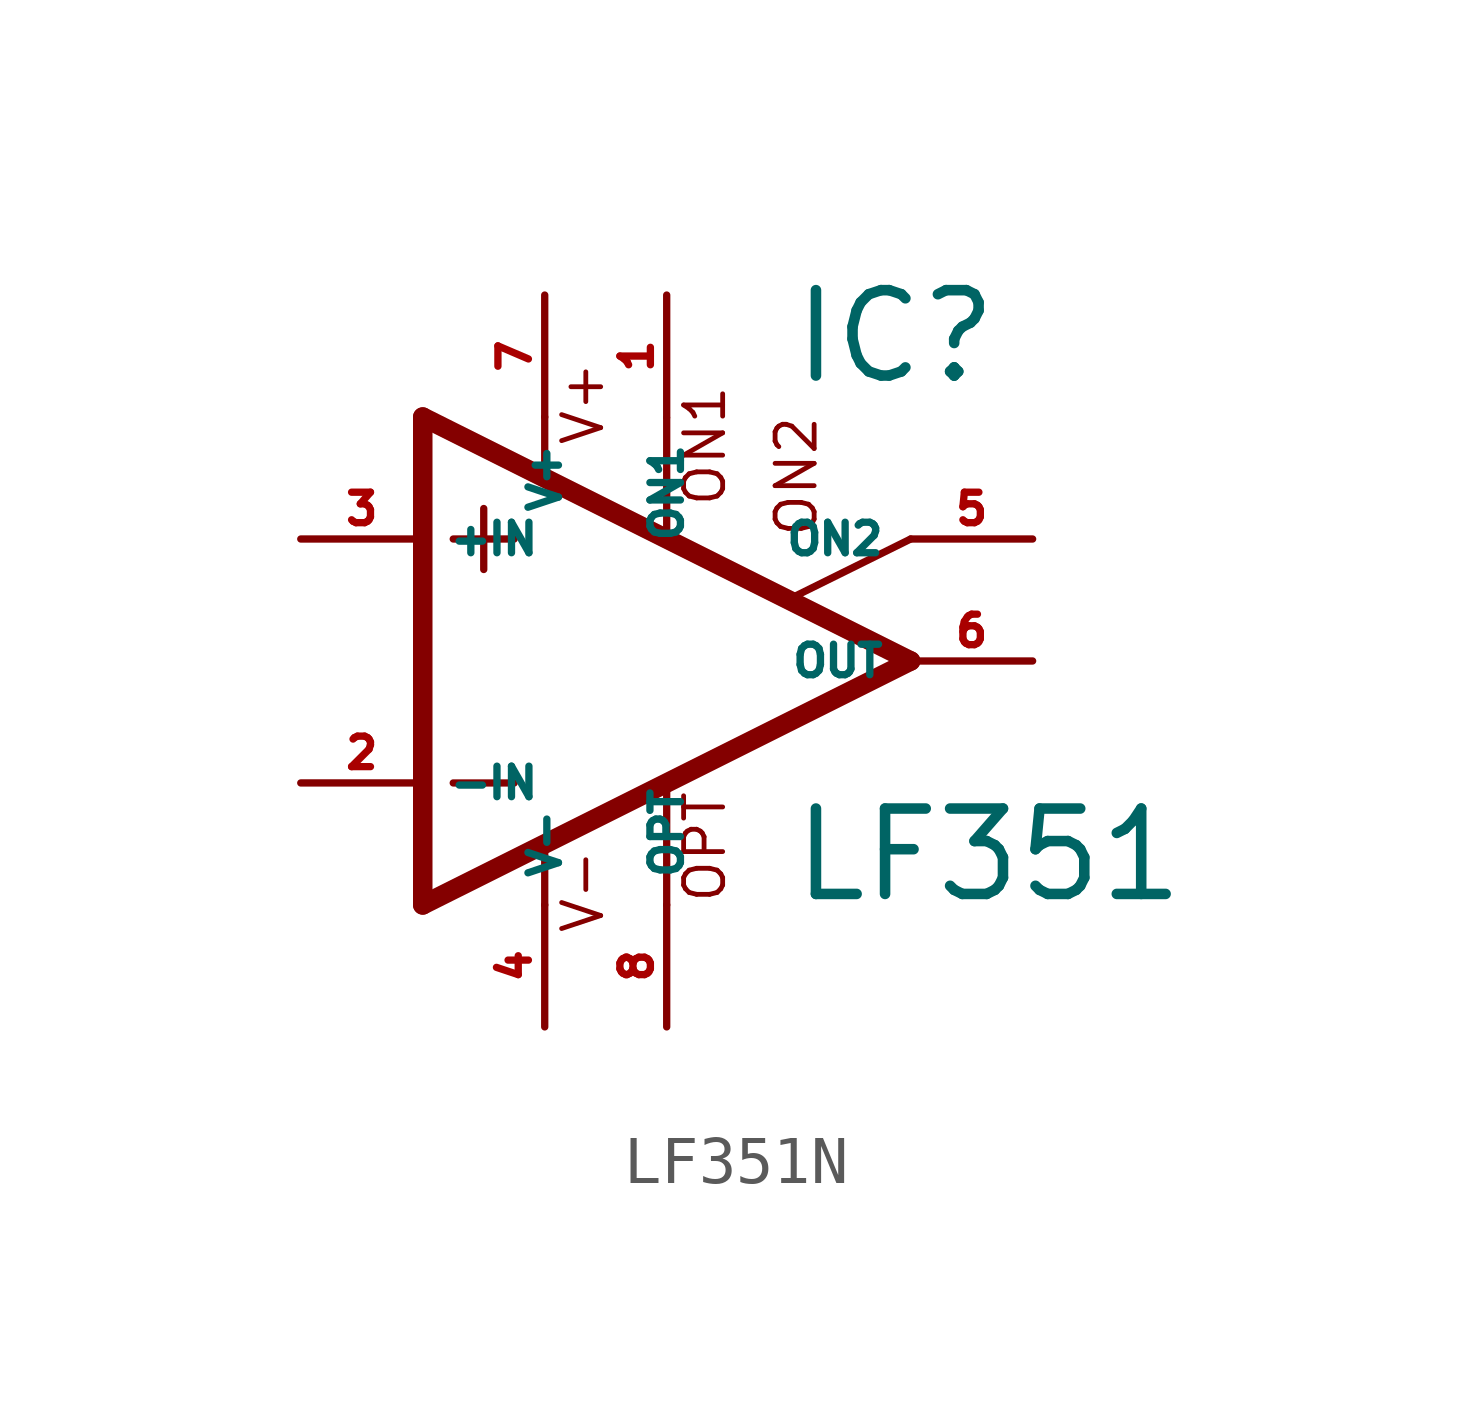
<source format=kicad_sym>
(kicad_symbol_lib
  (version 20220914)
  (generator Eagle2Kicad)
  (symbol "LF351N"
    (property "Reference" "IC"
      (at 2.54 5.715 0)
      (effects (font (size 1.778 1.778) (thickness 0.22)) (justify left bottom)))
    (property "Value" "LF351"
      (at 2.54 -5.08 0)
      (effects (font (size 1.778 1.778) (thickness 0.22)) (justify left bottom)))
    (polyline
      (pts (xy -3.81 3.175) (xy -3.81 1.905))
      (stroke (width 0.152) (type default))
      (fill (type none)))
    (polyline
      (pts (xy -4.445 2.54) (xy -3.175 2.54))
      (stroke (width 0.152) (type default))
      (fill (type none)))
    (polyline
      (pts (xy -4.445 -2.54) (xy -3.175 -2.54))
      (stroke (width 0.152) (type default))
      (fill (type none)))
    (polyline
      (pts (xy -2.54 5.08) (xy -2.54 3.886))
      (stroke (width 0.152) (type default))
      (fill (type none)))
    (polyline
      (pts (xy 0 5.055) (xy 0 2.616))
      (stroke (width 0.152) (type default))
      (fill (type none)))
    (polyline
      (pts (xy 0 -2.616) (xy 0 -5.08))
      (stroke (width 0.152) (type default))
      (fill (type none)))
    (polyline
      (pts (xy -2.54 -3.912) (xy -2.54 -5.08))
      (stroke (width 0.152) (type default))
      (fill (type none)))
    (polyline
      (pts (xy 5.08 2.54) (xy 2.616 1.321))
      (stroke (width 0.152) (type default))
      (fill (type none)))
    (polyline
      (pts (xy 5.08 0) (xy -5.08 5.08))
      (stroke (width 0.406) (type default))
      (fill (type none)))
    (polyline
      (pts (xy -5.08 5.08) (xy -5.08 -5.08))
      (stroke (width 0.406) (type default))
      (fill (type none)))
    (polyline
      (pts (xy -5.08 -5.08) (xy 5.08 0))
      (stroke (width 0.406) (type default))
      (fill (type none)))
    (text "ON1"
      (at 1.27 3.175 900)
      (effects (font (size 0.813 0.813) (thickness 0.10)) (justify left bottom)))
    (text "ON2"
      (at 3.175 2.54 900)
      (effects (font (size 0.813 0.813) (thickness 0.10)) (justify left bottom)))
    (text "OPT"
      (at 1.27 -5.08 900)
      (effects (font (size 0.813 0.813) (thickness 0.10)) (justify left bottom)))
    (text "V+"
      (at -1.27 4.445 900)
      (effects (font (size 0.813 0.813) (thickness 0.10)) (justify left bottom)))
    (text "V-"
      (at -1.27 -5.715 900)
      (effects (font (size 0.813 0.813) (thickness 0.10)) (justify left bottom)))
    (pin passive line
      (at 7.62 2.54 180)
      (length 2.54)
      (name "ON2" (effects (font (size 0.635 0.635) (thickness 0.08)) (justify left bottom)))
      (number "5" (effects (font (size 0.635 0.635) (thickness 0.08)) (justify left bottom))))
    (pin passive line
      (at 0 7.62 270)
      (length 2.54)
      (name "ON1" (effects (font (size 0.635 0.635) (thickness 0.08)) (justify left bottom)))
      (number "1" (effects (font (size 0.635 0.635) (thickness 0.08)) (justify left bottom))))
    (pin input line
      (at -7.62 -2.54 0)
      (length 2.54)
      (name "-IN" (effects (font (size 0.635 0.635) (thickness 0.08)) (justify left bottom)))
      (number "2" (effects (font (size 0.635 0.635) (thickness 0.08)) (justify left bottom))))
    (pin input line
      (at -7.62 2.54 0)
      (length 2.54)
      (name "+IN" (effects (font (size 0.635 0.635) (thickness 0.08)) (justify left bottom)))
      (number "3" (effects (font (size 0.635 0.635) (thickness 0.08)) (justify left bottom))))
    (pin output line
      (at 7.62 0 180)
      (length 2.54)
      (name "OUT" (effects (font (size 0.635 0.635) (thickness 0.08)) (justify left bottom)))
      (number "6" (effects (font (size 0.635 0.635) (thickness 0.08)) (justify left bottom))))
    (pin passive line
      (at 0 -7.62 90)
      (length 2.54)
      (name "OPT" (effects (font (size 0.635 0.635) (thickness 0.08)) (justify left bottom)))
      (number "8" (effects (font (size 0.635 0.635) (thickness 0.08)) (justify left bottom))))
    (pin unspecified line
      (at -2.54 7.62 270)
      (length 2.54)
      (name "V+" (effects (font (size 0.635 0.635) (thickness 0.08)) (justify left bottom)))
      (number "7" (effects (font (size 0.635 0.635) (thickness 0.08)) (justify left bottom))))
    (pin unspecified line
      (at -2.54 -7.62 90)
      (length 2.54)
      (name "V-" (effects (font (size 0.635 0.635) (thickness 0.08)) (justify left bottom)))
      (number "4" (effects (font (size 0.635 0.635) (thickness 0.08)) (justify left bottom))))))
</source>
